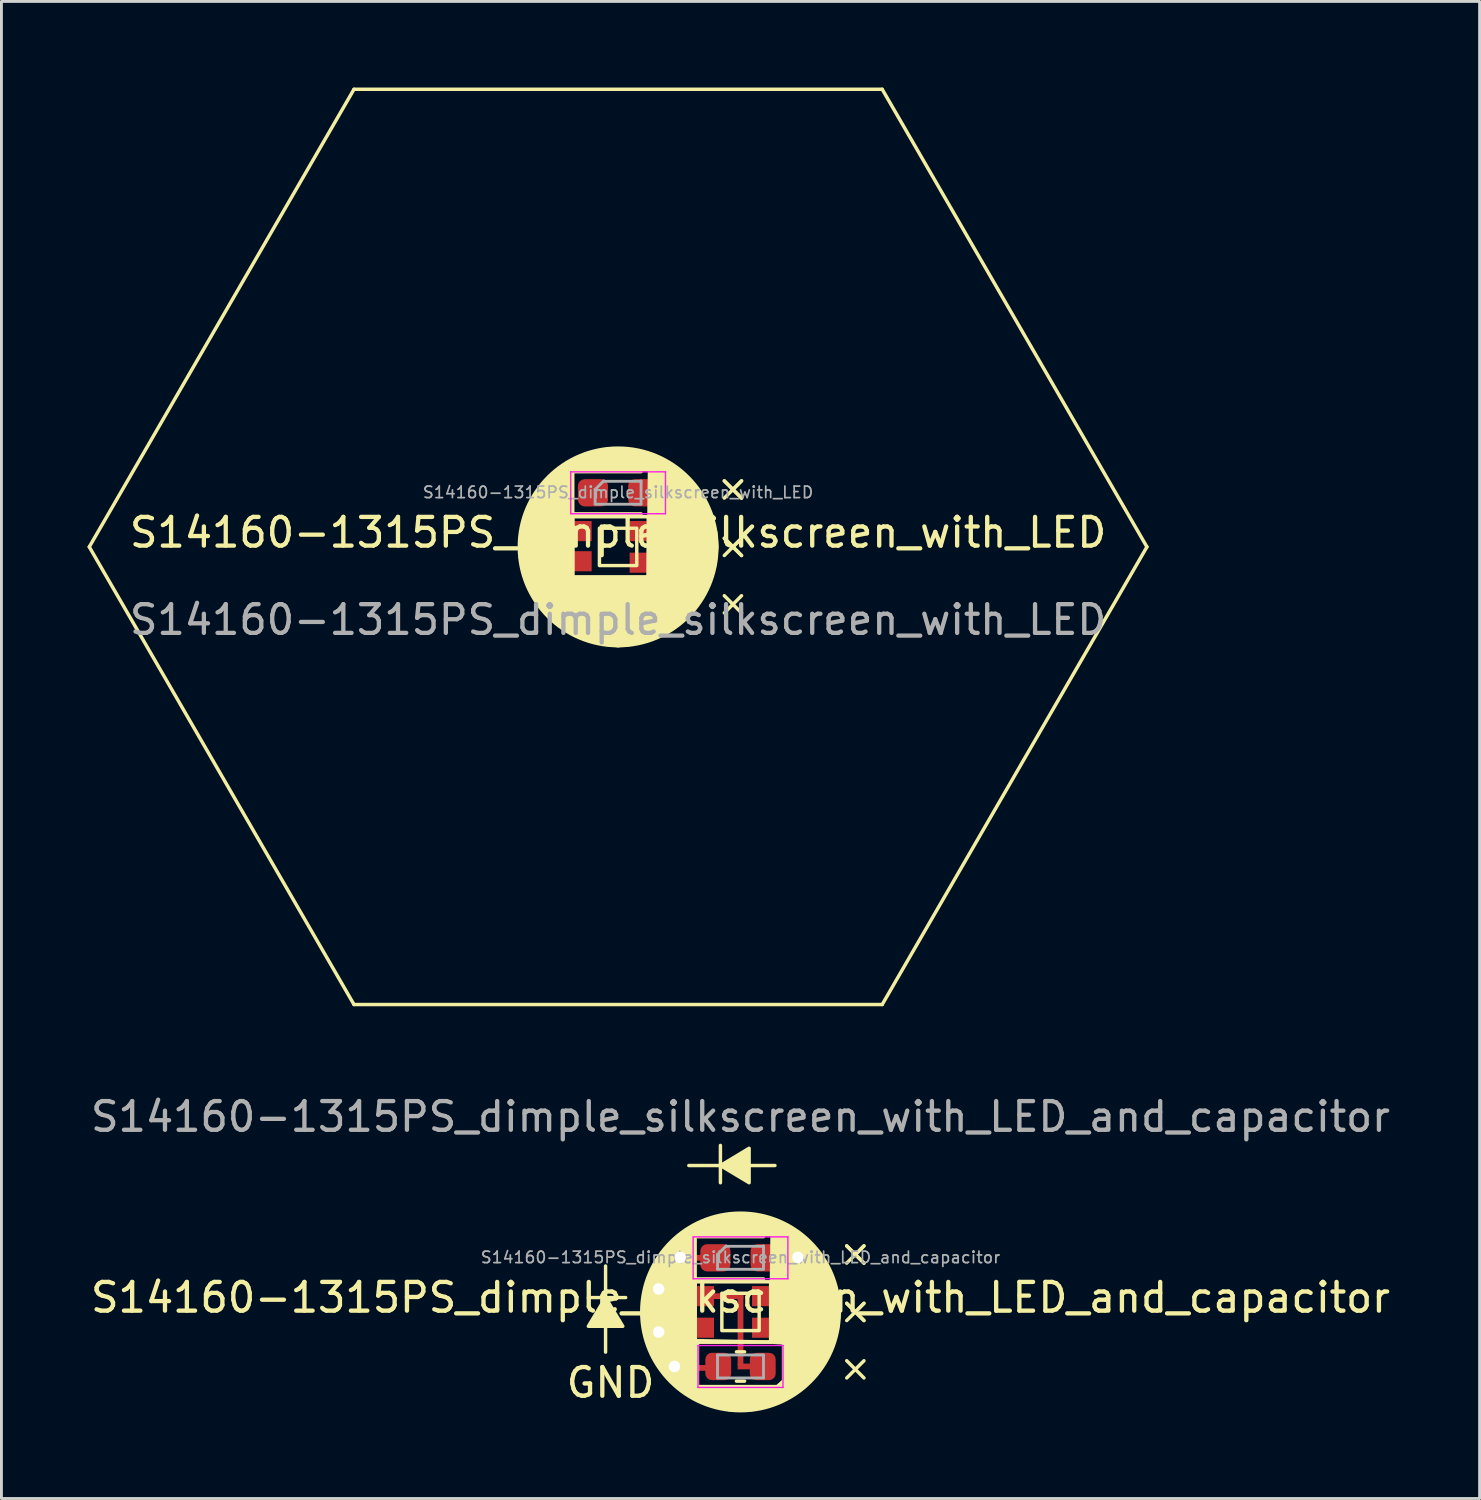
<source format=kicad_pcb>
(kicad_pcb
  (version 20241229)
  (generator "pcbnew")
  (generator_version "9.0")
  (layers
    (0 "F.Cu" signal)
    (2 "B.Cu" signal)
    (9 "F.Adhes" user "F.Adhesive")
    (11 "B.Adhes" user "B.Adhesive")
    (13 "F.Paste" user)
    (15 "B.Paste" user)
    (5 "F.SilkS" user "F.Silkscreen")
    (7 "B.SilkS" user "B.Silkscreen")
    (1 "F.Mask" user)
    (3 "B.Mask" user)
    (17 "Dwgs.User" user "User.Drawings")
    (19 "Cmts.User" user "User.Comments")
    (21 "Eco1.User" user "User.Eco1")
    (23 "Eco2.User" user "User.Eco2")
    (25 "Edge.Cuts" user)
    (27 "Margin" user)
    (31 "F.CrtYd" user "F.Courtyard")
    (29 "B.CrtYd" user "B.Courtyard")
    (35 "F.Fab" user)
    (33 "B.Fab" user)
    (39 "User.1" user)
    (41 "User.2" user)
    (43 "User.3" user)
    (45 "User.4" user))
  (footprint "S14160-1315PS_dimple_silkscreen_with_LED_and_capacitor"
    (layer "F.Cu")
    (at 22.744 42.648)
    (property "Reference" "S14160-1315PS_dimple_silkscreen_with_LED_and_capacitor" (at 0 -0.5 0) (unlocked yes) (layer "F.SilkS") (effects (font (size 1 1) (thickness 0.15))))
    (attr smd)
    (fp_line (start -5.3 -0.5) (end -4 -0.5) (stroke (width 0.12) (type solid)) (layer "F.SilkS"))
    (fp_line (start -4.7 -1.6) (end -4.7 1.4) (stroke (width 0.12) (type solid)) (layer "F.SilkS"))
    (fp_line (start -1.8 -5.1) (end 1.2 -5.1) (stroke (width 0.12) (type solid)) (layer "F.SilkS"))
    (fp_line (start -1.66 -2.62) (end -1.66 -1.15) (stroke (width 0.12) (type solid)) (layer "F.SilkS"))
    (fp_line (start -1.66 -1.15) (end 0.8 -1.15) (stroke (width 0.12) (type solid)) (layer "F.SilkS"))
    (fp_line (start -1.58 1.05) (end -1.58 -1.05) (stroke (width 0.12) (type solid)) (layer "F.SilkS"))
    (fp_line (start -1.58 1.05) (end 1.05 1.05) (stroke (width 0.12) (type solid)) (layer "F.SilkS"))
    (fp_line (start -0.7 -4.5) (end -0.7 -5.8) (stroke (width 0.12) (type solid)) (layer "F.SilkS"))
    (fp_line (start -0.141 1.39) (end 0.141 1.39) (stroke (width 0.12) (type solid)) (layer "F.SilkS"))
    (fp_line (start -0.141 2.41) (end 0.141 2.41) (stroke (width 0.12) (type solid)) (layer "F.SilkS"))
    (fp_line (start 0.8 -2.62) (end -1.66 -2.62) (stroke (width 0.12) (type solid)) (layer "F.SilkS"))
    (fp_line (start 1.05 -1.05) (end -1.58 -1.05) (stroke (width 0.12) (type solid)) (layer "F.SilkS"))
    (fp_line (start 1.05 -1.05) (end 1.05 1.05) (stroke (width 0.12) (type solid)) (layer "F.SilkS"))
    (fp_line (start 3.7 -2.3) (end 4 -2) (stroke (width 0.12) (type solid)) (layer "F.SilkS"))
    (fp_line (start 3.7 -0.3) (end 4 0) (stroke (width 0.12) (type solid)) (layer "F.SilkS"))
    (fp_line (start 4 -2) (end 3.7 -2.3) (stroke (width 0.12) (type solid)) (layer "F.SilkS"))
    (fp_line (start 4 -2) (end 3.7 -1.7) (stroke (width 0.12) (type solid)) (layer "F.SilkS"))
    (fp_line (start 4 -2) (end 4.3 -2.3) (stroke (width 0.12) (type solid)) (layer "F.SilkS"))
    (fp_line (start 4 -2) (end 4.3 -1.7) (stroke (width 0.12) (type solid)) (layer "F.SilkS"))
    (fp_line (start 4 0) (end 3.7 -0.3) (stroke (width 0.12) (type solid)) (layer "F.SilkS"))
    (fp_line (start 4 0) (end 3.7 0.3) (stroke (width 0.12) (type solid)) (layer "F.SilkS"))
    (fp_line (start 4 0) (end 4.3 -0.3) (stroke (width 0.12) (type solid)) (layer "F.SilkS"))
    (fp_line (start 4 0) (end 4.3 0.3) (stroke (width 0.12) (type solid)) (layer "F.SilkS"))
    (fp_line (start 4 2) (end 3.7 1.7) (stroke (width 0.12) (type solid)) (layer "F.SilkS"))
    (fp_line (start 4 2) (end 3.7 2.3) (stroke (width 0.12) (type solid)) (layer "F.SilkS"))
    (fp_line (start 4 2) (end 4.3 1.7) (stroke (width 0.12) (type solid)) (layer "F.SilkS"))
    (fp_line (start 4 2) (end 4.3 2.3) (stroke (width 0.12) (type solid)) (layer "F.SilkS"))
    (fp_line (start 4.3 -2.3) (end 4 -2) (stroke (width 0.12) (type solid)) (layer "F.SilkS"))
    (fp_line (start 4.3 -1.7) (end 4 -2) (stroke (width 0.12) (type solid)) (layer "F.SilkS"))
    (fp_line (start 4.3 -0.3) (end 4 0) (stroke (width 0.12) (type solid)) (layer "F.SilkS"))
    (fp_line (start 4.3 0.3) (end 4 0) (stroke (width 0.12) (type solid)) (layer "F.SilkS"))
    (fp_rect (start -0.65 -0.65) (end 0.65 0.65) (stroke (width 0.12) (type solid)) (fill no) (layer "F.SilkS"))
    (fp_circle (center 0 0) (end 3.44 0) (stroke (width 0.12) (type solid)) (fill no) (layer "F.SilkS"))
    (fp_poly (pts (xy -4.7 -0.5) (xy -5.3 0.5) (xy -4.1 0.5)) (stroke (width 0.12) (type solid)) (fill yes) (layer "F.SilkS"))
    (fp_poly (pts (xy -0.7 -5.1) (xy 0.3 -4.5) (xy 0.3 -5.7)) (stroke (width 0.12) (type solid)) (fill yes) (layer "F.SilkS"))
    (fp_poly (pts (xy -1.5 2.6) (xy 1.6 2.6) (xy 0.4 3.4) (xy -0.4 3.4)) (stroke (width 0.12) (type solid)) (fill yes) (layer "F.SilkS"))
    (fp_poly (pts (xy 1.05 1.05) (xy 1.8 1.1) (xy 1.7 -1.2) (xy 1.1 -2.7)) (stroke (width 0.12) (type solid)) (fill yes) (layer "F.SilkS"))
    (fp_poly (pts (xy 1.1 -3.2) (xy 1.3 -2.7) (xy -1.6 -2.7) (xy -1.58 -3) (xy -1.1 -3.2) (xy -0.4 -3.4) (xy 0.2 -3.4)) (stroke (width 0.12) (type solid)) (fill yes) (layer "F.SilkS"))
    (fp_poly (pts (xy -1.58 1.05) (xy 1.05 1.05) (xy -1.5 1) (xy -1.5 2.6) (xy -0.4 3.4) (xy -1.2 3.2) (xy -1.6 3) (xy -1.9 2.8) (xy -2.4 2.4) (xy -2.8 1.9) (xy -3.2 1.2) (xy -3.4 0.4) (xy -3.4 -0.2) (xy -3.2 -1.2) (xy -2.8 -1.9) (xy -2.3 -2.5) (xy -1.58 -3)) (stroke (width 0.12) (type solid)) (fill yes) (layer "F.SilkS"))
    (fp_poly (pts (xy 1.6 -3) (xy 2.1 -2.7) (xy 2.5 -2.3) (xy 2.9 -1.8) (xy 3.1 -1.4) (xy 3.2 -1.2) (xy 3.4 -0.5) (xy 3.44 0) (xy 3.375 0.6) (xy 3.2 1.2) (xy 2.8 1.9) (xy 2.2 2.6) (xy 1.6 3) (xy 1.2 3.2) (xy 0.4 3.4) (xy 1.5 2.4) (xy 1.5 1) (xy 1.1 -3.2)) (stroke (width 0.12) (type solid)) (fill yes) (layer "F.SilkS"))
    (fp_line (start -1.65 -2.615) (end 1.65 -2.615) (stroke (width 0.05) (type solid)) (layer "F.CrtYd"))
    (fp_line (start -1.65 -1.155) (end -1.65 -2.615) (stroke (width 0.05) (type solid)) (layer "F.CrtYd"))
    (fp_line (start -1.48 1.17) (end 1.48 1.17) (stroke (width 0.05) (type solid)) (layer "F.CrtYd"))
    (fp_line (start -1.48 2.63) (end -1.48 1.17) (stroke (width 0.05) (type solid)) (layer "F.CrtYd"))
    (fp_line (start 1.48 1.17) (end 1.48 2.63) (stroke (width 0.05) (type solid)) (layer "F.CrtYd"))
    (fp_line (start 1.48 2.63) (end -1.48 2.63) (stroke (width 0.05) (type solid)) (layer "F.CrtYd"))
    (fp_line (start 1.65 -2.615) (end 1.65 -1.155) (stroke (width 0.05) (type solid)) (layer "F.CrtYd"))
    (fp_line (start 1.65 -1.155) (end -1.65 -1.155) (stroke (width 0.05) (type solid)) (layer "F.CrtYd"))
    (fp_line (start -0.8 -2) (end -0.8 -1.5) (stroke (width 0.1) (type solid)) (layer "F.Fab"))
    (fp_line (start -0.8 -1.485) (end 0.8 -1.485) (stroke (width 0.1) (type solid)) (layer "F.Fab"))
    (fp_line (start -0.8 1.5) (end 0.8 1.5) (stroke (width 0.1) (type solid)) (layer "F.Fab"))
    (fp_line (start -0.8 2.3) (end -0.8 1.5) (stroke (width 0.1) (type solid)) (layer "F.Fab"))
    (fp_line (start -0.5 -2.3) (end -0.8 -2) (stroke (width 0.1) (type solid)) (layer "F.Fab"))
    (fp_line (start 0.8 -2.285) (end -0.5 -2.285) (stroke (width 0.1) (type solid)) (layer "F.Fab"))
    (fp_line (start 0.8 -1.5) (end 0.8 -2.3) (stroke (width 0.1) (type solid)) (layer "F.Fab"))
    (fp_line (start 0.8 1.5) (end 0.8 2.3) (stroke (width 0.1) (type solid)) (layer "F.Fab"))
    (fp_line (start 0.8 2.3) (end -0.8 2.3) (stroke (width 0.1) (type solid)) (layer "F.Fab"))
    (fp_text user "GND" (at -6.15 3.05 0) (unlocked yes) (layer "F.SilkS") (effects (font (size 1 1) (thickness 0.15)) (justify left bottom)))
    (fp_text user "${REFERENCE}" (at 0 -1.9 0) (layer "F.Fab") (effects (font (size 0.4 0.4) (thickness 0.06))))
    (fp_text user "${REFERENCE}" (at 0 -6.8 0) (unlocked yes) (layer "F.Fab") (effects (font (size 1 1) (thickness 0.15))))
    (pad "1" smd rect (at 0.752 -0.55) (size 0.7 0.7) (layers "F.Cu" "F.Mask" "F.Paste"))
    (pad "4" smd rect (at 0.752 0.55) (size 0.7 0.7) (layers "F.Cu" "F.Mask" "F.Paste"))
    (pad "5" thru_hole circle (at -2.1 -1.9) (size 0.8 0.8) (drill 0.4) (layers "*.Cu"))
    (pad "5" smd rect (at -1.4 -1.885) (size 1.05 0.2) (layers "F.Cu"))
    (pad "5" smd roundrect (at -0.875 -1.885) (size 1.05 0.95) (layers "F.Cu" "F.Mask" "F.Paste") (roundrect_rratio 0.25))
    (pad "6" smd roundrect (at 0.875 -1.885) (size 1.05 0.95) (layers "F.Cu" "F.Mask" "F.Paste") (roundrect_rratio 0.25))
    (pad "6" smd rect (at 1.25 -1.885) (size 1.05 0.2) (layers "F.Cu"))
    (pad "6" thru_hole circle (at 2 -1.9) (size 0.8 0.8) (drill 0.4) (layers "*.Cu"))
    (pad "7" thru_hole circle (at -2.85 -0.8) (size 0.8 0.8) (drill 0.4) (layers "*.Cu"))
    (pad "7" smd rect (at -2.05 -0.75) (size 1.1 0.2) (layers "F.Cu"))
    (pad "7" smd rect (at -1.272 -0.55) (size 0.7 0.7) (layers "F.Cu" "F.Mask" "F.Paste"))
    (pad "7" smd rect (at -0.5 -0.55) (size 1.2 0.2) (layers "F.Cu"))
    (pad "7" smd rect (at 0 0.6) (size 0.2 2.5) (layers "F.Cu"))
    (pad "7" smd rect (at 0.325 1.9) (size 0.85 0.2) (layers "F.Cu"))
    (pad "7" smd roundrect (at 0.775 1.9) (size 0.9 0.95) (layers "F.Cu" "F.Mask" "F.Paste") (roundrect_rratio 0.25))
    (pad "8" thru_hole circle (at -2.85 0.7) (size 0.8 0.8) (drill 0.4) (layers "*.Cu"))
    (pad "8" smd rect (at -2.05 0.65) (size 1.1 0.2) (layers "F.Cu"))
    (pad "8" smd rect (at -1.272 0.55) (size 0.7 0.7) (layers "F.Cu" "F.Mask" "F.Paste"))
    (pad "9" thru_hole circle (at -2.3 1.9) (size 0.8 0.8) (drill 0.4) (layers "*.Cu"))
    (pad "9" smd rect (at -1.55 1.95) (size 1.05 0.2) (layers "F.Cu"))
    (pad "9" smd roundrect (at -0.775 1.9) (size 0.9 0.95) (layers "F.Cu" "F.Mask" "F.Paste") (roundrect_rratio 0.25)))
  (footprint "S14160-1315PS_dimple_silkscreen_with_LED"
    (layer "F.Cu")
    (at 18.48 16)
    (property "Reference" "S14160-1315PS_dimple_silkscreen_with_LED" (at 0 -0.5 0) (unlocked yes) (layer "F.SilkS") (effects (font (size 1 1) (thickness 0.15))))
    (attr smd)
    (fp_line (start -18.42 0) (end -9.2 -15.94) (stroke (width 0.12) (type solid)) (layer "F.SilkS"))
    (fp_line (start -9.2 -15.94) (end 9.2 -15.94) (stroke (width 0.12) (type solid)) (layer "F.SilkS"))
    (fp_line (start -9.2 15.94) (end -18.42 0) (stroke (width 0.12) (type solid)) (layer "F.SilkS"))
    (fp_line (start -9.2 15.94) (end 9.2 15.94) (stroke (width 0.12) (type solid)) (layer "F.SilkS"))
    (fp_line (start -1.66 -2.62) (end -1.66 -1.15) (stroke (width 0.12) (type solid)) (layer "F.SilkS"))
    (fp_line (start -1.66 -1.15) (end 0.8 -1.15) (stroke (width 0.12) (type solid)) (layer "F.SilkS"))
    (fp_line (start -1.58 1.05) (end -1.58 -1.05) (stroke (width 0.12) (type solid)) (layer "F.SilkS"))
    (fp_line (start -1.58 1.05) (end 1.05 1.05) (stroke (width 0.12) (type solid)) (layer "F.SilkS"))
    (fp_line (start 0.8 -2.62) (end -1.66 -2.62) (stroke (width 0.12) (type solid)) (layer "F.SilkS"))
    (fp_line (start 1.05 -1.05) (end -1.58 -1.05) (stroke (width 0.12) (type solid)) (layer "F.SilkS"))
    (fp_line (start 1.05 -1.05) (end 1.05 1.05) (stroke (width 0.12) (type solid)) (layer "F.SilkS"))
    (fp_line (start 3.7 -2.3) (end 4 -2) (stroke (width 0.12) (type solid)) (layer "F.SilkS"))
    (fp_line (start 3.7 -0.3) (end 4 0) (stroke (width 0.12) (type solid)) (layer "F.SilkS"))
    (fp_line (start 4 -2) (end 3.7 -2.3) (stroke (width 0.12) (type solid)) (layer "F.SilkS"))
    (fp_line (start 4 -2) (end 3.7 -1.7) (stroke (width 0.12) (type solid)) (layer "F.SilkS"))
    (fp_line (start 4 -2) (end 4.3 -2.3) (stroke (width 0.12) (type solid)) (layer "F.SilkS"))
    (fp_line (start 4 -2) (end 4.3 -1.7) (stroke (width 0.12) (type solid)) (layer "F.SilkS"))
    (fp_line (start 4 0) (end 3.7 -0.3) (stroke (width 0.12) (type solid)) (layer "F.SilkS"))
    (fp_line (start 4 0) (end 3.7 0.3) (stroke (width 0.12) (type solid)) (layer "F.SilkS"))
    (fp_line (start 4 0) (end 4.3 -0.3) (stroke (width 0.12) (type solid)) (layer "F.SilkS"))
    (fp_line (start 4 0) (end 4.3 0.3) (stroke (width 0.12) (type solid)) (layer "F.SilkS"))
    (fp_line (start 4 2) (end 3.7 1.7) (stroke (width 0.12) (type solid)) (layer "F.SilkS"))
    (fp_line (start 4 2) (end 3.7 2.3) (stroke (width 0.12) (type solid)) (layer "F.SilkS"))
    (fp_line (start 4 2) (end 4.3 1.7) (stroke (width 0.12) (type solid)) (layer "F.SilkS"))
    (fp_line (start 4 2) (end 4.3 2.3) (stroke (width 0.12) (type solid)) (layer "F.SilkS"))
    (fp_line (start 4.3 -2.3) (end 4 -2) (stroke (width 0.12) (type solid)) (layer "F.SilkS"))
    (fp_line (start 4.3 -1.7) (end 4 -2) (stroke (width 0.12) (type solid)) (layer "F.SilkS"))
    (fp_line (start 4.3 -0.3) (end 4 0) (stroke (width 0.12) (type solid)) (layer "F.SilkS"))
    (fp_line (start 4.3 0.3) (end 4 0) (stroke (width 0.12) (type solid)) (layer "F.SilkS"))
    (fp_line (start 9.2 15.94) (end 18.42 0) (stroke (width 0.12) (type solid)) (layer "F.SilkS"))
    (fp_line (start 18.42 0) (end 9.2 -15.94) (stroke (width 0.12) (type solid)) (layer "F.SilkS"))
    (fp_rect (start -0.65 -0.65) (end 0.65 0.65) (stroke (width 0.12) (type solid)) (fill no) (layer "F.SilkS"))
    (fp_circle (center 0 0) (end 3.44 0) (stroke (width 0.12) (type solid)) (fill no) (layer "F.SilkS"))
    (fp_poly (pts (xy 1.1 -3.2) (xy 1.3 -2.7) (xy -1.6 -2.7) (xy -1.58 -3) (xy -1.1 -3.2) (xy -0.4 -3.4) (xy 0.2 -3.4)) (stroke (width 0.12) (type solid)) (fill yes) (layer "F.SilkS"))
    (fp_poly (pts (xy -1.58 1.05) (xy 1.05 1.05) (xy 1.3 2.1) (xy 0 3.44) (xy -0.4 3.4) (xy -1.2 3.2) (xy -1.6 3) (xy -1.9 2.8) (xy -2.4 2.4) (xy -2.8 1.9) (xy -3.2 1.2) (xy -3.4 0.4) (xy -3.4 -0.2) (xy -3.2 -1.2) (xy -2.8 -1.9) (xy -2.3 -2.5) (xy -1.58 -3)) (stroke (width 0.12) (type solid)) (fill yes) (layer "F.SilkS"))
    (fp_poly (pts (xy 1.6 -3) (xy 2.1 -2.7) (xy 2.5 -2.3) (xy 2.9 -1.8) (xy 3.1 -1.4) (xy 3.2 -1.2) (xy 3.4 -0.5) (xy 3.44 0) (xy 3.375 0.6) (xy 3.2 1.2) (xy 2.8 1.9) (xy 2.2 2.6) (xy 1.6 3) (xy 1.2 3.2) (xy 0.4 3.4) (xy 0 3.44) (xy 1.05 1.05) (xy 1.1 -3.2)) (stroke (width 0.12) (type solid)) (fill yes) (layer "F.SilkS"))
    (fp_line (start -1.65 -2.615) (end 1.65 -2.615) (stroke (width 0.05) (type solid)) (layer "F.CrtYd"))
    (fp_line (start -1.65 -1.155) (end -1.65 -2.615) (stroke (width 0.05) (type solid)) (layer "F.CrtYd"))
    (fp_line (start 1.65 -2.615) (end 1.65 -1.155) (stroke (width 0.05) (type solid)) (layer "F.CrtYd"))
    (fp_line (start 1.65 -1.155) (end -1.65 -1.155) (stroke (width 0.05) (type solid)) (layer "F.CrtYd"))
    (fp_line (start -0.8 -2) (end -0.8 -1.5) (stroke (width 0.1) (type solid)) (layer "F.Fab"))
    (fp_line (start -0.8 -1.485) (end 0.8 -1.485) (stroke (width 0.1) (type solid)) (layer "F.Fab"))
    (fp_line (start -0.5 -2.3) (end -0.8 -2) (stroke (width 0.1) (type solid)) (layer "F.Fab"))
    (fp_line (start 0.8 -2.285) (end -0.5 -2.285) (stroke (width 0.1) (type solid)) (layer "F.Fab"))
    (fp_line (start 0.8 -1.5) (end 0.8 -2.3) (stroke (width 0.1) (type solid)) (layer "F.Fab"))
    (fp_text user "${REFERENCE}" (at 0 -1.9 0) (layer "F.Fab") (effects (font (size 0.4 0.4) (thickness 0.06))))
    (fp_text user "${REFERENCE}" (at 0 2.54 0) (unlocked yes) (layer "F.Fab") (effects (font (size 1 1) (thickness 0.15))))
    (pad "1" smd roundrect (at -0.875 -1.885) (size 1.05 0.95) (layers "F.Cu" "F.Mask" "F.Paste") (roundrect_rratio 0.25))
    (pad "1" smd rect (at 0.752 -0.55) (size 0.7 0.7) (layers "F.Cu" "F.Mask" "F.Paste"))
    (pad "2" smd rect (at -1.272 -0.55) (size 0.7 0.7) (layers "F.Cu" "F.Mask" "F.Paste"))
    (pad "2" smd roundrect (at 0.875 -1.885) (size 1.05 0.95) (layers "F.Cu" "F.Mask" "F.Paste") (roundrect_rratio 0.25))
    (pad "3" smd rect (at -1.272 0.5) (size 0.7 0.7) (layers "F.Cu" "F.Mask" "F.Paste"))
    (pad "4" smd rect (at 0.752 0.55) (size 0.7 0.7) (layers "F.Cu" "F.Mask" "F.Paste")))
  (gr_rect
    (start -3 -3)
    (end 48.488 49.148)
    (stroke (width 0.1) (type default))
    (fill no)
    (layer "Edge.Cuts")))
</source>
